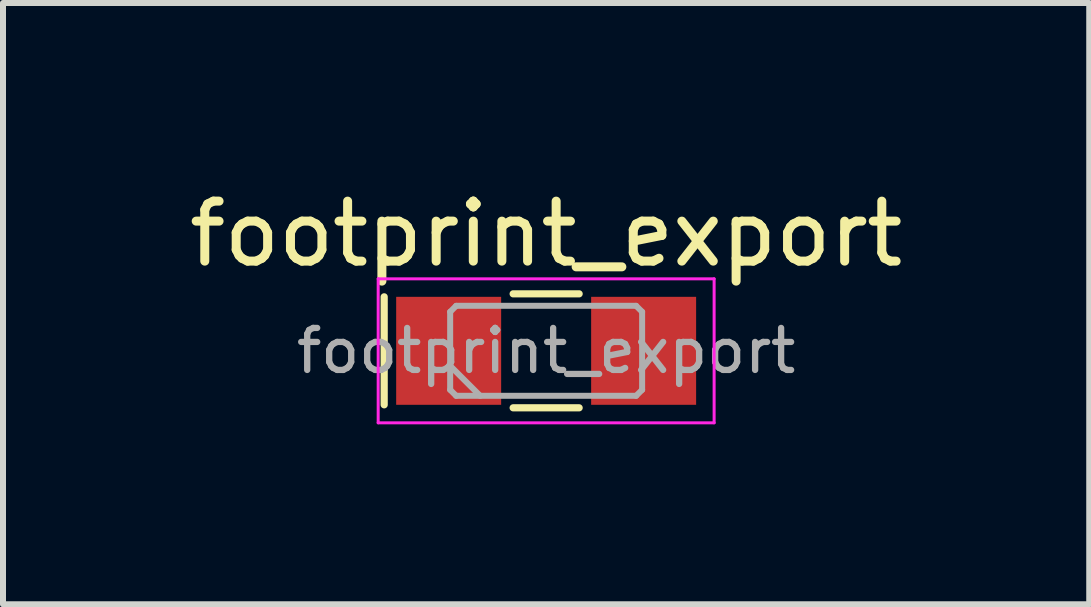
<source format=kicad_pcb>
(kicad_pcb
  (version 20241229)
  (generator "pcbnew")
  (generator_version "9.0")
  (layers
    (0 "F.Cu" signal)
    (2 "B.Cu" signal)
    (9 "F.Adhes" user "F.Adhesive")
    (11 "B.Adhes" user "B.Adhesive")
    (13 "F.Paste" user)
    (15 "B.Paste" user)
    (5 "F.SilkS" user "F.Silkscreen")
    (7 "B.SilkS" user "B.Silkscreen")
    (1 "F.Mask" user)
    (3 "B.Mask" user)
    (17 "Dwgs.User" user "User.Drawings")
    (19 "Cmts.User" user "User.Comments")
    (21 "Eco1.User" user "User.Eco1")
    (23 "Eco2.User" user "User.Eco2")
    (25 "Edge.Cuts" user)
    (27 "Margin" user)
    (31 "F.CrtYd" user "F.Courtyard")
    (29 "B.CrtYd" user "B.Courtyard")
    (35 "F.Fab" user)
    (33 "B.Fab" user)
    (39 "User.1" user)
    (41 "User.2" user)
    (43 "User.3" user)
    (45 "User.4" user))
  (footprint "footprint_export"
    (layer "F.Cu")
    (at 6.054 2.798)
    (property "Reference" "footprint_export" (at 0 -1.95 0) (layer "F.SilkS") (effects (font (size 1 1) (thickness 0.15))))
    (attr smd)
    (fp_line (start -2.7 -0.9) (end -2.7 0.9) (stroke (width 0.12) (type solid)) (layer "F.SilkS"))
    (fp_line (start -0.55 -0.95) (end 0.55 -0.95) (stroke (width 0.12) (type solid)) (layer "F.SilkS"))
    (fp_line (start -0.55 0.95) (end 0.55 0.95) (stroke (width 0.12) (type solid)) (layer "F.SilkS"))
    (fp_line (start -2.8 -1.2) (end -2.8 1.2) (stroke (width 0.05) (type solid)) (layer "F.CrtYd"))
    (fp_line (start -2.8 1.2) (end 2.8 1.2) (stroke (width 0.05) (type solid)) (layer "F.CrtYd"))
    (fp_line (start 2.8 -1.2) (end -2.8 -1.2) (stroke (width 0.05) (type solid)) (layer "F.CrtYd"))
    (fp_line (start 2.8 1.2) (end 2.8 -1.2) (stroke (width 0.05) (type solid)) (layer "F.CrtYd"))
    (fp_line (start -1.6 -0.65) (end -1.5 -0.75) (stroke (width 0.1) (type solid)) (layer "F.Fab"))
    (fp_line (start -1.6 0.25) (end -1.1 0.75) (stroke (width 0.1) (type solid)) (layer "F.Fab"))
    (fp_line (start -1.6 0.65) (end -1.6 -0.65) (stroke (width 0.1) (type solid)) (layer "F.Fab"))
    (fp_line (start -1.5 -0.75) (end 1.5 -0.75) (stroke (width 0.1) (type solid)) (layer "F.Fab"))
    (fp_line (start -1.5 0.75) (end -1.6 0.65) (stroke (width 0.1) (type solid)) (layer "F.Fab"))
    (fp_line (start 1.5 -0.75) (end 1.6 -0.65) (stroke (width 0.1) (type solid)) (layer "F.Fab"))
    (fp_line (start 1.5 0.75) (end -1.5 0.75) (stroke (width 0.1) (type solid)) (layer "F.Fab"))
    (fp_line (start 1.6 -0.65) (end 1.6 0.65) (stroke (width 0.1) (type solid)) (layer "F.Fab"))
    (fp_line (start 1.6 0.65) (end 1.5 0.75) (stroke (width 0.1) (type solid)) (layer "F.Fab"))
    (fp_text user "${REFERENCE}" (at 0 0 0) (layer "F.Fab") (effects (font (size 0.7 0.7) (thickness 0.105))))
    (pad "1" smd rect (at -1.625 0) (size 1.75 1.8) (layers "F.Cu" "F.Mask" "F.Paste"))
    (pad "2" smd rect (at 1.625 0) (size 1.75 1.8) (layers "F.Cu" "F.Mask" "F.Paste")))
  (gr_rect
    (start -3 -3)
    (end 15.107 7.023)
    (stroke (width 0.1) (type default))
    (fill no)
    (layer "Edge.Cuts")))
</source>
